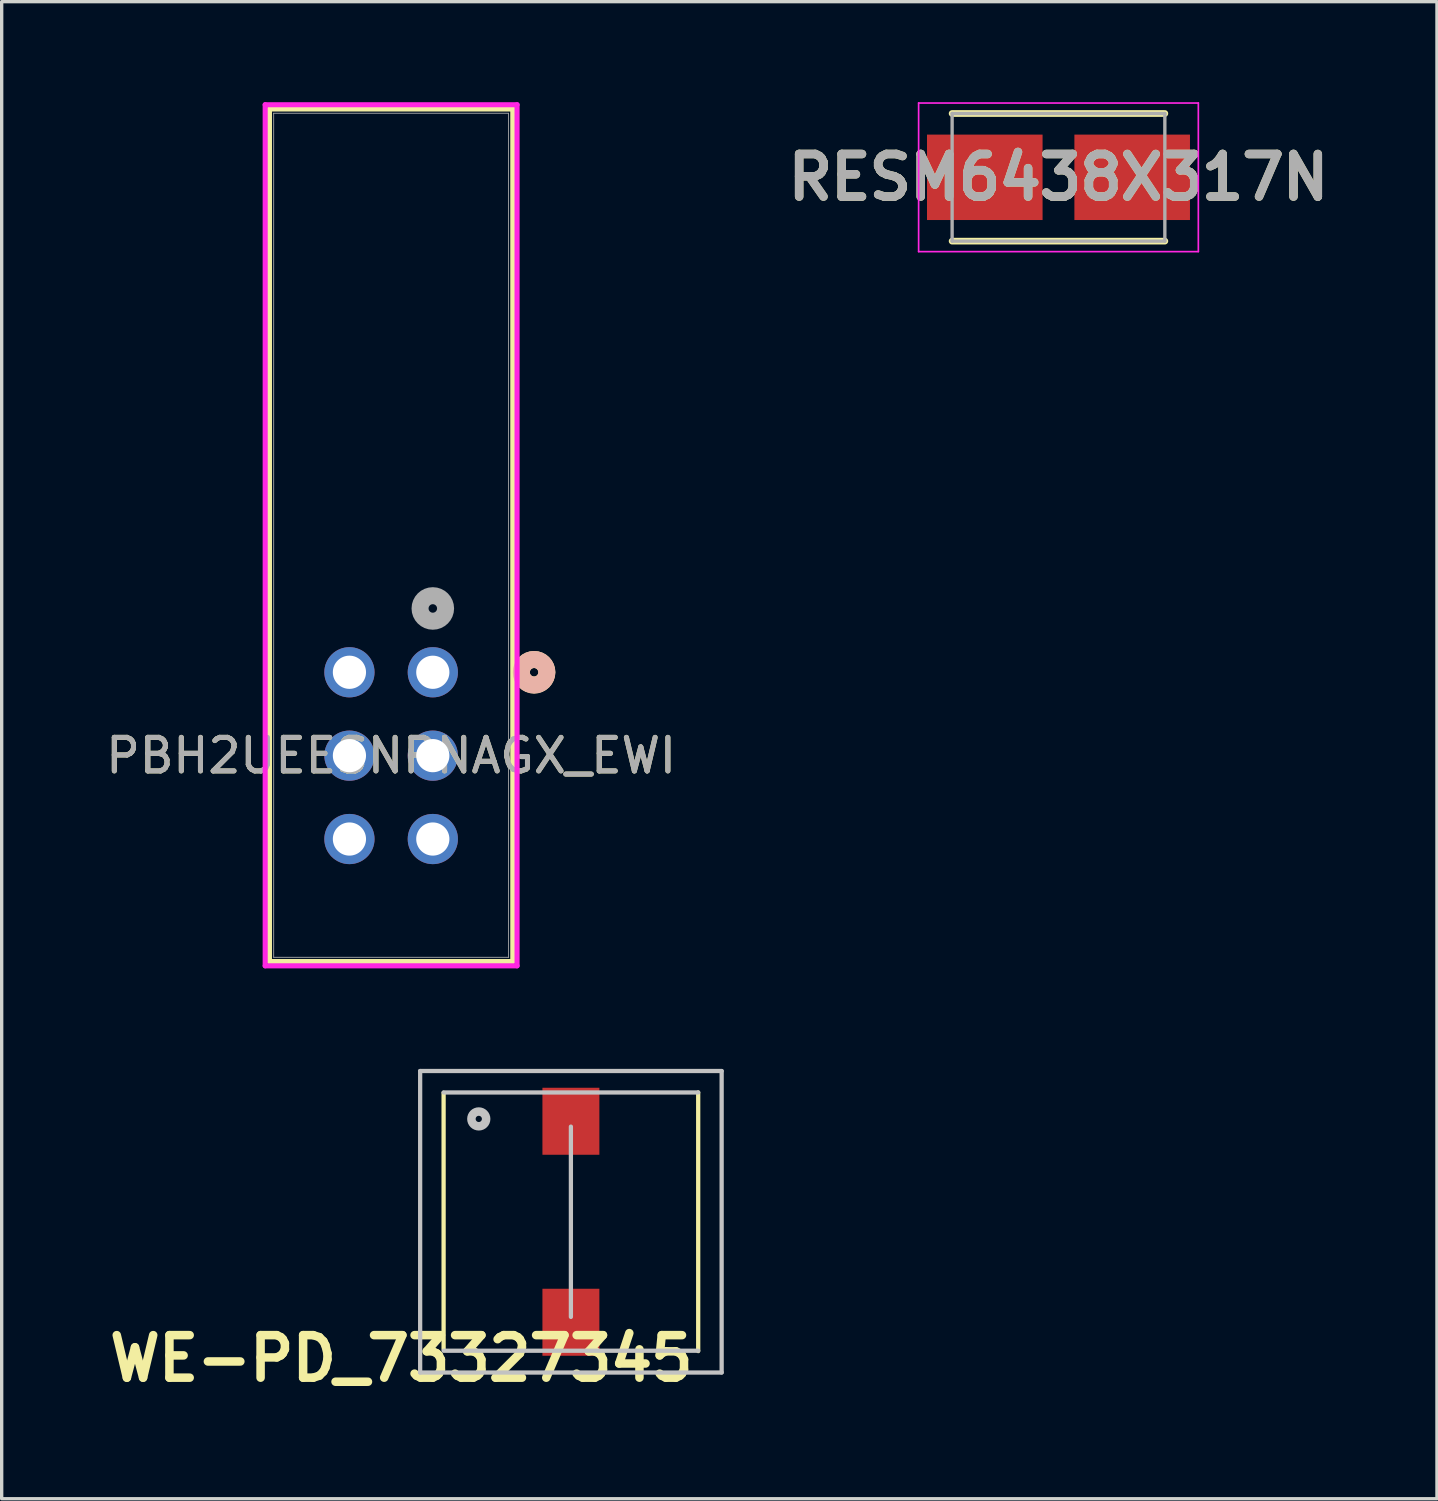
<source format=kicad_pcb>
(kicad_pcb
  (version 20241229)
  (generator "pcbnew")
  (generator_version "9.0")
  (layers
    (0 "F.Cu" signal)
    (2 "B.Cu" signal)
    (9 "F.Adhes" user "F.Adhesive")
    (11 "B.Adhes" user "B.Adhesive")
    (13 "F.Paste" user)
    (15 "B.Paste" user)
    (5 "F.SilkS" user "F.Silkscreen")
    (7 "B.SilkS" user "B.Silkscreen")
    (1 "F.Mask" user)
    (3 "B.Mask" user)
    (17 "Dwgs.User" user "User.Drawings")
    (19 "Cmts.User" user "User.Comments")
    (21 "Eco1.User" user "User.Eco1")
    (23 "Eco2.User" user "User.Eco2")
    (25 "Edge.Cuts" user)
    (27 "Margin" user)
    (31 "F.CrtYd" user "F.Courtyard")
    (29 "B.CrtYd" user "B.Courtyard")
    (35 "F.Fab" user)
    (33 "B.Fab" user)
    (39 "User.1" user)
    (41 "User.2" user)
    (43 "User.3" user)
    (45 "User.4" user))
  (footprint "RESM6438X317N"
    (layer "F.Cu")
    (at 28.547 2.243)
    (property "Reference" "RESM6438X317N" (at 0 0 0) (layer "F.SilkS") (effects (font (size 1.27 1.27) (thickness 0.254))))
    (attr smd)
    (fp_line (start -3.175 1.905) (end 3.175 1.905) (stroke (width 0.2) (type solid)) (layer "F.SilkS"))
    (fp_line (start 3.175 -1.905) (end -3.175 -1.905) (stroke (width 0.2) (type solid)) (layer "F.SilkS"))
    (fp_line (start -4.175 -2.218) (end 4.175 -2.218) (stroke (width 0.05) (type solid)) (layer "F.CrtYd"))
    (fp_line (start -4.175 2.218) (end -4.175 -2.218) (stroke (width 0.05) (type solid)) (layer "F.CrtYd"))
    (fp_line (start 4.175 -2.218) (end 4.175 2.218) (stroke (width 0.05) (type solid)) (layer "F.CrtYd"))
    (fp_line (start 4.175 2.218) (end -4.175 2.218) (stroke (width 0.05) (type solid)) (layer "F.CrtYd"))
    (fp_line (start -3.175 -1.905) (end 3.175 -1.905) (stroke (width 0.1) (type solid)) (layer "F.Fab"))
    (fp_line (start -3.175 1.905) (end -3.175 -1.905) (stroke (width 0.1) (type solid)) (layer "F.Fab"))
    (fp_line (start 3.175 -1.905) (end 3.175 1.905) (stroke (width 0.1) (type solid)) (layer "F.Fab"))
    (fp_line (start 3.175 1.905) (end -3.175 1.905) (stroke (width 0.1) (type solid)) (layer "F.Fab"))
    (fp_text user "${REFERENCE}" (at 0 0 0) (layer "F.Fab") (effects (font (size 1.27 1.27) (thickness 0.254))))
    (pad "1" smd rect (at -2.2 0 90) (size 2.55 3.45) (layers "F.Cu" "F.Mask" "F.Paste"))
    (pad "2" smd rect (at 2.2 0 90) (size 2.55 3.45) (layers "F.Cu" "F.Mask" "F.Paste")))
  (footprint "WE-PD_73327345"
    (layer "F.Cu")
    (at 13.992 33.421)
    (property "Reference" "WE-PD_73327345" (at -5.06 4.08 0) (layer "F.SilkS") (effects (font (size 1.27 1.27) (thickness 0.254))))
    (attr smd)
    (fp_line (start -3.8 -3.85) (end -3.8 3.8) (stroke (width 0.127) (type solid)) (layer "F.SilkS"))
    (fp_line (start 3.8 -3.86) (end 3.8 3.86) (stroke (width 0.127) (type solid)) (layer "F.SilkS"))
    (fp_line (start -4.5 -4.5) (end -4.5 4.5) (stroke (width 0.127) (type solid)) (layer "Dwgs.User"))
    (fp_line (start -4.5 4.5) (end 4.5 4.5) (stroke (width 0.127) (type solid)) (layer "Dwgs.User"))
    (fp_line (start -3.8 -3.86) (end 3.8 -3.86) (stroke (width 0.127) (type solid)) (layer "Dwgs.User"))
    (fp_line (start -3.8 3.85) (end 3.8 3.85) (stroke (width 0.127) (type solid)) (layer "Dwgs.User"))
    (fp_line (start 0 -2.84) (end 0 2.84) (stroke (width 0.127) (type solid)) (layer "Dwgs.User"))
    (fp_line (start 4.5 -4.5) (end -4.5 -4.5) (stroke (width 0.127) (type solid)) (layer "Dwgs.User"))
    (fp_line (start 4.5 4.5) (end 4.5 -4.5) (stroke (width 0.127) (type solid)) (layer "Dwgs.User"))
    (fp_circle (center -2.75 -3.07) (end -2.97 -3.07) (stroke (width 0.254) (type solid)) (fill no) (layer "Dwgs.User"))
    (pad "1" smd rect (at 0 -3) (size 1.7 2) (layers "F.Cu" "F.Mask" "F.Paste"))
    (pad "2" smd rect (at 0 3) (size 1.7 2) (layers "F.Cu" "F.Mask" "F.Paste")))
  (footprint "PBH2UEESNPNAGX_EWI"
    (layer "F.Cu")
    (at 9.87 17.018)
    (property "Reference" "PBH2UEESNPNAGX_EWI" (at -1.245 2.489 0) (unlocked yes) (layer "F.SilkS") (effects (font (size 1 1) (thickness 0.15))))
    (attr through_hole)
    (fp_line (start -4.877 -16.815) (end -4.877 8.636) (stroke (width 0.152) (type solid)) (layer "F.SilkS"))
    (fp_line (start -4.877 8.636) (end 2.388 8.636) (stroke (width 0.152) (type solid)) (layer "F.SilkS"))
    (fp_line (start 2.388 -16.815) (end -4.877 -16.815) (stroke (width 0.152) (type solid)) (layer "F.SilkS"))
    (fp_line (start 2.388 8.636) (end 2.388 -16.815) (stroke (width 0.152) (type solid)) (layer "F.SilkS"))
    (fp_circle (center 3.023 0) (end 3.404 0) (stroke (width 0.508) (type solid)) (fill no) (layer "F.SilkS"))
    (fp_circle (center 3.023 0) (end 3.404 0) (stroke (width 0.508) (type solid)) (fill no) (layer "B.SilkS"))
    (fp_line (start -5.004 -16.942) (end -5.004 8.763) (stroke (width 0.152) (type solid)) (layer "F.CrtYd"))
    (fp_line (start -5.004 8.763) (end 2.515 8.763) (stroke (width 0.152) (type solid)) (layer "F.CrtYd"))
    (fp_line (start 2.515 -16.942) (end -5.004 -16.942) (stroke (width 0.152) (type solid)) (layer "F.CrtYd"))
    (fp_line (start 2.515 8.763) (end 2.515 -16.942) (stroke (width 0.152) (type solid)) (layer "F.CrtYd"))
    (fp_line (start -4.75 -16.688) (end -4.75 8.509) (stroke (width 0.025) (type solid)) (layer "F.Fab"))
    (fp_line (start -4.75 8.509) (end 2.261 8.509) (stroke (width 0.025) (type solid)) (layer "F.Fab"))
    (fp_line (start 2.261 -16.688) (end -4.75 -16.688) (stroke (width 0.025) (type solid)) (layer "F.Fab"))
    (fp_line (start 2.261 8.509) (end 2.261 -16.688) (stroke (width 0.025) (type solid)) (layer "F.Fab"))
    (fp_circle (center 0 -1.905) (end 0.381 -1.905) (stroke (width 0.508) (type solid)) (fill no) (layer "F.Fab"))
    (fp_text user "${REFERENCE}" (at -1.245 2.489 0) (unlocked yes) (layer "F.Fab") (effects (font (size 1 1) (thickness 0.15))))
    (pad "1" thru_hole circle (at 0 0) (size 1.499 1.499) (drill 0.991) (layers "*.Cu" "*.Mask"))
    (pad "2" thru_hole circle (at 0 2.489) (size 1.499 1.499) (drill 0.991) (layers "*.Cu" "*.Mask"))
    (pad "3" thru_hole circle (at 0 4.978) (size 1.499 1.499) (drill 0.991) (layers "*.Cu" "*.Mask"))
    (pad "4" thru_hole circle (at -2.489 0) (size 1.499 1.499) (drill 0.991) (layers "*.Cu" "*.Mask"))
    (pad "5" thru_hole circle (at -2.489 2.489) (size 1.499 1.499) (drill 0.991) (layers "*.Cu" "*.Mask"))
    (pad "6" thru_hole circle (at -2.489 4.978) (size 1.499 1.499) (drill 0.991) (layers "*.Cu" "*.Mask")))
  (gr_rect
    (start -3 -3)
    (end 39.845 41.689)
    (stroke (width 0.1) (type default))
    (fill no)
    (layer "Edge.Cuts")))
</source>
